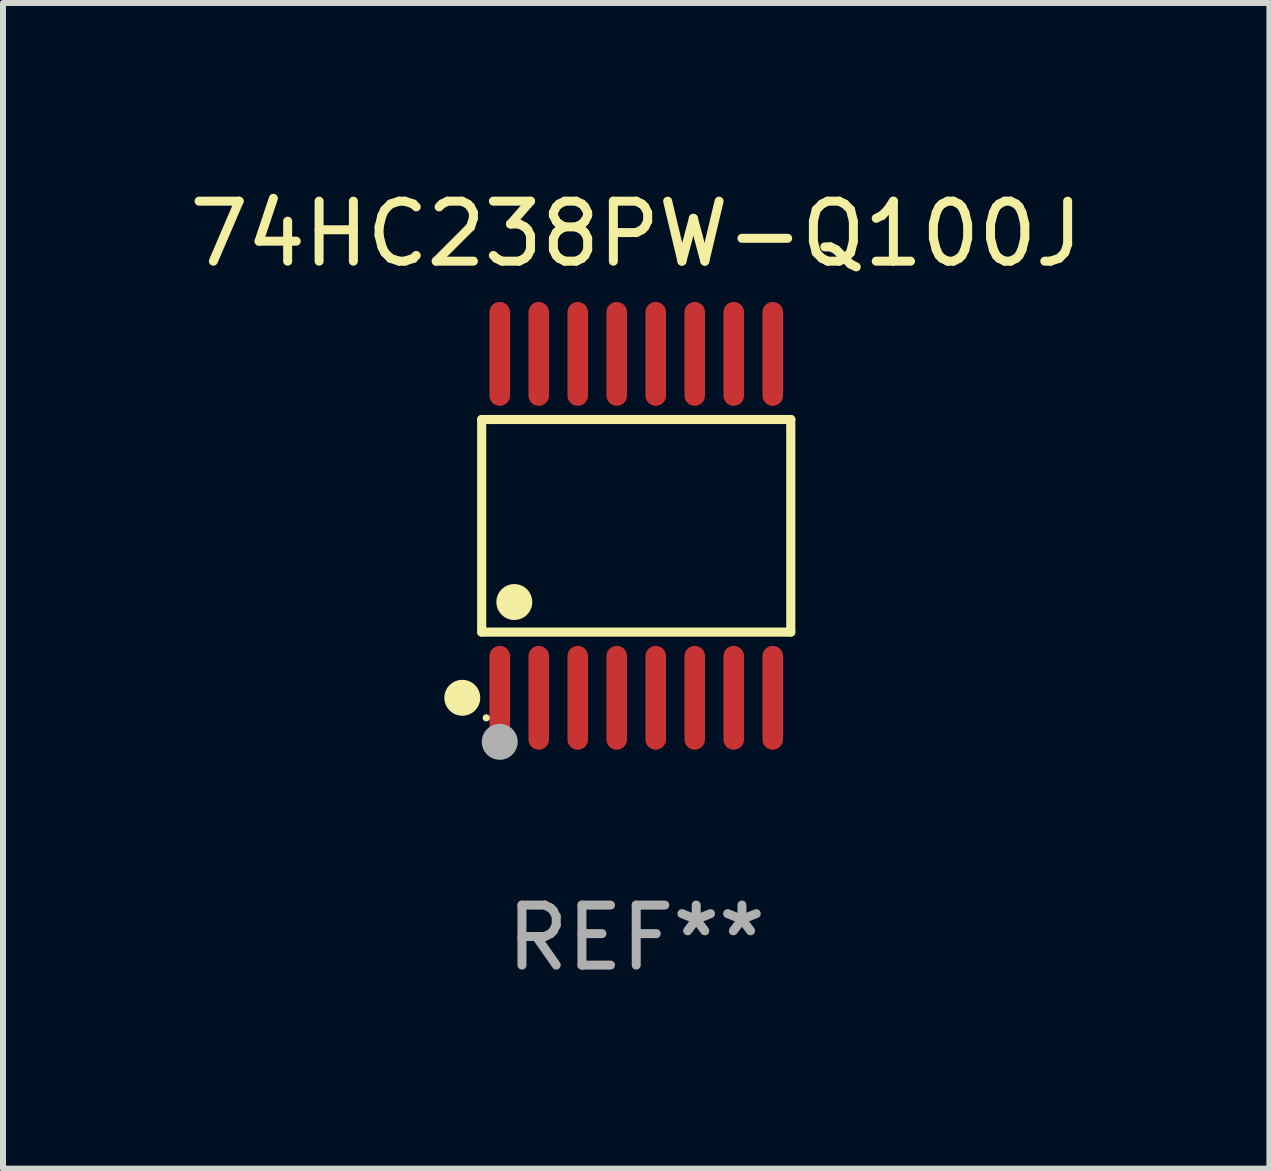
<source format=kicad_pcb>
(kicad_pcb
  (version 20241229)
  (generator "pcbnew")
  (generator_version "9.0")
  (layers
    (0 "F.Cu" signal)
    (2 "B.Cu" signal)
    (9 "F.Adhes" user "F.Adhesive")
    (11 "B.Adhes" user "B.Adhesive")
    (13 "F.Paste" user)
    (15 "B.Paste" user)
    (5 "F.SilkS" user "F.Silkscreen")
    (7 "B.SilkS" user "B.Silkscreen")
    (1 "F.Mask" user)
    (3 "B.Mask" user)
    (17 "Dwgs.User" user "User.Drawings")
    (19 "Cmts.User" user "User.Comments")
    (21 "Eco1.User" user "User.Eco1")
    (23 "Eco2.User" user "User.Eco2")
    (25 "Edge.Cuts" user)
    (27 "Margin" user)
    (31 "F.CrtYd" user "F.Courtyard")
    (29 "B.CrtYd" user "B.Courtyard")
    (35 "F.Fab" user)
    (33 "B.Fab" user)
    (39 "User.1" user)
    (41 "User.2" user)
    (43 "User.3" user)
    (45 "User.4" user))
  (footprint "74HC238PW-Q100J"
    (layer "F.Cu")
    (at 7.554 5.714)
    (property "Reference" "74HC238PW-Q100J" (at 0 -4.866 0) (layer "F.SilkS") (effects (font (size 1 1) (thickness 0.15))))
    (attr through_hole)
    (fp_line (start -2.576 -1.772) (end 2.576 -1.772) (stroke (width 0.152) (type solid)) (layer "F.SilkS"))
    (fp_line (start -2.576 1.771) (end -2.576 -1.772) (stroke (width 0.152) (type solid)) (layer "F.SilkS"))
    (fp_line (start 2.576 -1.772) (end 2.576 1.771) (stroke (width 0.152) (type solid)) (layer "F.SilkS"))
    (fp_line (start 2.576 1.771) (end -2.576 1.771) (stroke (width 0.152) (type solid)) (layer "F.SilkS"))
    (fp_circle (center -2.899 2.866) (end -2.749 2.866) (stroke (width 0.3) (type solid)) (fill no) (layer "F.SilkS"))
    (fp_circle (center -2.5 3.2) (end -2.47 3.2) (stroke (width 0.06) (type solid)) (fill no) (layer "F.SilkS"))
    (fp_circle (center -2.032 1.27) (end -1.882 1.27) (stroke (width 0.3) (type solid)) (fill no) (layer "F.SilkS"))
    (fp_circle (center -2.275 3.6) (end -2.125 3.6) (stroke (width 0.3) (type solid)) (fill no) (layer "F.Fab"))
    (fp_text user "REF**" (at 0 6.866 0) (layer "F.Fab") (effects (font (size 1 1) (thickness 0.15))))
    (pad "1" smd oval (at -2.275 2.866) (size 0.343 1.731) (layers "F.Cu" "F.Mask" "F.Paste"))
    (pad "2" smd oval (at -1.625 2.866) (size 0.343 1.731) (layers "F.Cu" "F.Mask" "F.Paste"))
    (pad "3" smd oval (at -0.975 2.866) (size 0.343 1.731) (layers "F.Cu" "F.Mask" "F.Paste"))
    (pad "4" smd oval (at -0.325 2.866) (size 0.343 1.731) (layers "F.Cu" "F.Mask" "F.Paste"))
    (pad "5" smd oval (at 0.325 2.866) (size 0.343 1.731) (layers "F.Cu" "F.Mask" "F.Paste"))
    (pad "6" smd oval (at 0.975 2.866) (size 0.343 1.731) (layers "F.Cu" "F.Mask" "F.Paste"))
    (pad "7" smd oval (at 1.625 2.866) (size 0.343 1.731) (layers "F.Cu" "F.Mask" "F.Paste"))
    (pad "8" smd oval (at 2.275 2.866) (size 0.343 1.731) (layers "F.Cu" "F.Mask" "F.Paste"))
    (pad "9" smd oval (at 2.275 -2.866) (size 0.343 1.731) (layers "F.Cu" "F.Mask" "F.Paste"))
    (pad "10" smd oval (at 1.625 -2.866) (size 0.343 1.731) (layers "F.Cu" "F.Mask" "F.Paste"))
    (pad "11" smd oval (at 0.975 -2.866) (size 0.343 1.731) (layers "F.Cu" "F.Mask" "F.Paste"))
    (pad "12" smd oval (at 0.325 -2.866) (size 0.343 1.731) (layers "F.Cu" "F.Mask" "F.Paste"))
    (pad "13" smd oval (at -0.325 -2.866) (size 0.343 1.731) (layers "F.Cu" "F.Mask" "F.Paste"))
    (pad "14" smd oval (at -0.975 -2.866) (size 0.343 1.731) (layers "F.Cu" "F.Mask" "F.Paste"))
    (pad "15" smd oval (at -1.625 -2.866) (size 0.343 1.731) (layers "F.Cu" "F.Mask" "F.Paste"))
    (pad "16" smd oval (at -2.275 -2.866) (size 0.343 1.731) (layers "F.Cu" "F.Mask" "F.Paste")))
  (gr_rect
    (start -3 -3)
    (end 18.107 16.428)
    (stroke (width 0.1) (type default))
    (fill no)
    (layer "Edge.Cuts")))
</source>
